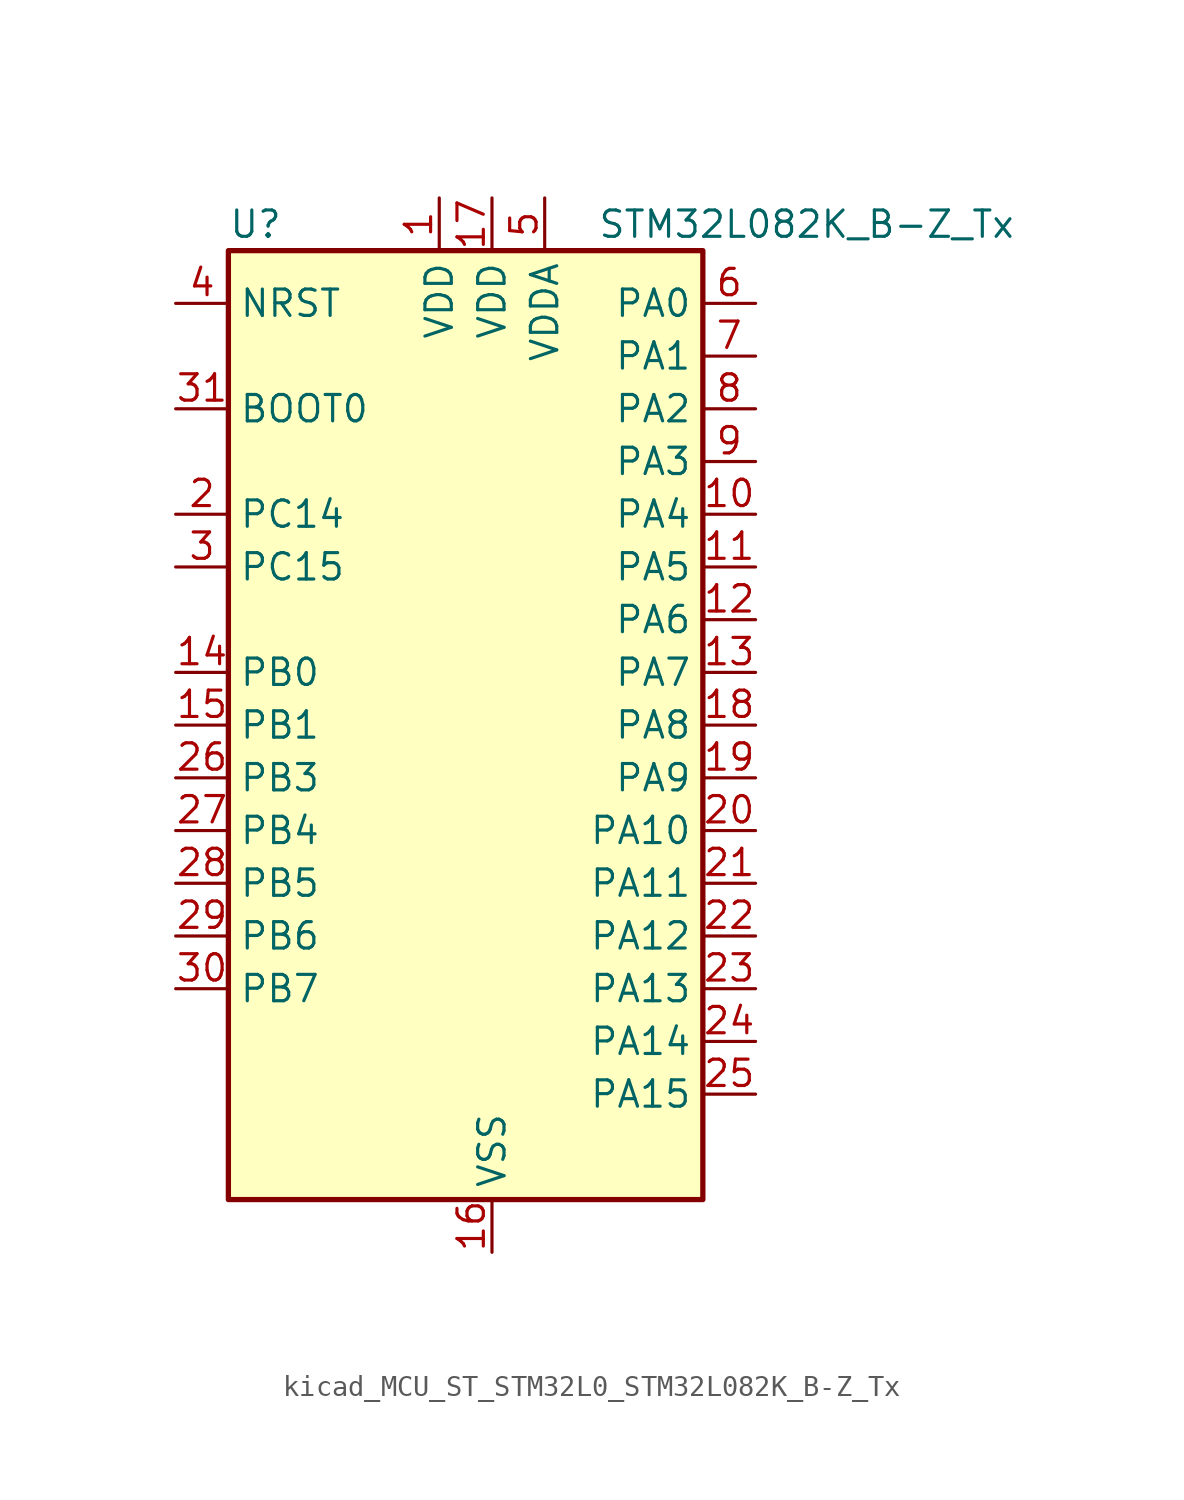
<source format=kicad_sym>
(kicad_symbol_lib
  (version 20220914)
  (generator kicad_symbol_editor)
  (symbol "kicad_MCU_ST_STM32L0_STM32L082K_B-Z_Tx"
    (property "Reference" "U"
      (at -10.16 24.13 0)
      (effects (font (size 1.27 1.27)) (justify left)))
    (property "Value" "STM32L082K_B-Z_Tx"
      (at 7.62 24.13 0)
      (effects (font (size 1.27 1.27)) (justify left)))
    (property "ki_locked" ""
      (at 0 0 0)
      (effects (font (size 1.27 1.27))))
    (symbol "kicad_MCU_ST_STM32L0_STM32L082K_B-Z_Tx_0_1"
      (rectangle (start -10.16 -22.86) (end 12.7 22.86) (stroke (width 0.254) (type default)) (fill (type background))))
    (symbol "kicad_MCU_ST_STM32L0_STM32L082K_B-Z_Tx_1_1"
      (pin power_in line (at 0 25.4 270) (length 2.54) (name "VDD" (effects (font (size 1.27 1.27)))) (number "1" (effects (font (size 1.27 1.27)))))
      (pin bidirectional line (at 15.24 10.16 180) (length 2.54) (name "PA4" (effects (font (size 1.27 1.27)))) (number "10" (effects (font (size 1.27 1.27)))) (alternate "ADC_IN4" bidirectional line) (alternate "COMP1_INM" bidirectional line) (alternate "COMP2_INM" bidirectional line) (alternate "DAC_OUT1" bidirectional line) (alternate "SPI1_NSS" bidirectional line) (alternate "TIM22_ETR" bidirectional line) (alternate "TSC_G2_IO1" bidirectional line) (alternate "USART2_CK" bidirectional line))
      (pin bidirectional line (at 15.24 7.62 180) (length 2.54) (name "PA5" (effects (font (size 1.27 1.27)))) (number "11" (effects (font (size 1.27 1.27)))) (alternate "ADC_IN5" bidirectional line) (alternate "COMP1_INM" bidirectional line) (alternate "COMP2_INM" bidirectional line) (alternate "DAC_OUT2" bidirectional line) (alternate "SPI1_SCK" bidirectional line) (alternate "TIM2_CH1" bidirectional line) (alternate "TIM2_ETR" bidirectional line) (alternate "TSC_G2_IO2" bidirectional line))
      (pin bidirectional line (at 15.24 5.08 180) (length 2.54) (name "PA6" (effects (font (size 1.27 1.27)))) (number "12" (effects (font (size 1.27 1.27)))) (alternate "ADC_IN6" bidirectional line) (alternate "COMP1_OUT" bidirectional line) (alternate "LPUART1_CTS" bidirectional line) (alternate "SPI1_MISO" bidirectional line) (alternate "TIM22_CH1" bidirectional line) (alternate "TIM3_CH1" bidirectional line) (alternate "TSC_G2_IO3" bidirectional line))
      (pin bidirectional line (at 15.24 2.54 180) (length 2.54) (name "PA7" (effects (font (size 1.27 1.27)))) (number "13" (effects (font (size 1.27 1.27)))) (alternate "ADC_IN7" bidirectional line) (alternate "COMP2_OUT" bidirectional line) (alternate "SPI1_MOSI" bidirectional line) (alternate "TIM22_CH2" bidirectional line) (alternate "TIM3_CH2" bidirectional line) (alternate "TSC_G2_IO4" bidirectional line))
      (pin bidirectional line (at -12.7 2.54 0) (length 2.54) (name "PB0" (effects (font (size 1.27 1.27)))) (number "14" (effects (font (size 1.27 1.27)))) (alternate "ADC_IN8" bidirectional line) (alternate "SYS_VREF_OUT_PB0" bidirectional line) (alternate "TIM3_CH3" bidirectional line) (alternate "TSC_G3_IO2" bidirectional line))
      (pin bidirectional line (at -12.7 0 0) (length 2.54) (name "PB1" (effects (font (size 1.27 1.27)))) (number "15" (effects (font (size 1.27 1.27)))) (alternate "ADC_IN9" bidirectional line) (alternate "LPUART1_DE" bidirectional line) (alternate "LPUART1_RTS" bidirectional line) (alternate "SYS_VREF_OUT_PB1" bidirectional line) (alternate "TIM3_CH4" bidirectional line) (alternate "TSC_G3_IO3" bidirectional line))
      (pin power_in line (at 2.54 -25.4 90) (length 2.54) (name "VSS" (effects (font (size 1.27 1.27)))) (number "16" (effects (font (size 1.27 1.27)))))
      (pin power_in line (at 2.54 25.4 270) (length 2.54) (name "VDD" (effects (font (size 1.27 1.27)))) (number "17" (effects (font (size 1.27 1.27)))))
      (pin bidirectional line (at 15.24 0 180) (length 2.54) (name "PA8" (effects (font (size 1.27 1.27)))) (number "18" (effects (font (size 1.27 1.27)))) (alternate "CRS_SYNC" bidirectional line) (alternate "I2C3_SCL" bidirectional line) (alternate "RCC_MCO" bidirectional line) (alternate "USART1_CK" bidirectional line))
      (pin bidirectional line (at 15.24 -2.54 180) (length 2.54) (name "PA9" (effects (font (size 1.27 1.27)))) (number "19" (effects (font (size 1.27 1.27)))) (alternate "DAC_EXTI9" bidirectional line) (alternate "I2C1_SCL" bidirectional line) (alternate "I2C3_SMBA" bidirectional line) (alternate "RCC_MCO" bidirectional line) (alternate "TSC_G4_IO1" bidirectional line) (alternate "USART1_TX" bidirectional line))
      (pin bidirectional line (at -12.7 10.16 0) (length 2.54) (name "PC14" (effects (font (size 1.27 1.27)))) (number "2" (effects (font (size 1.27 1.27)))) (alternate "RCC_OSC32_IN" bidirectional line))
      (pin bidirectional line (at 15.24 -5.08 180) (length 2.54) (name "PA10" (effects (font (size 1.27 1.27)))) (number "20" (effects (font (size 1.27 1.27)))) (alternate "I2C1_SDA" bidirectional line) (alternate "TSC_G4_IO2" bidirectional line) (alternate "USART1_RX" bidirectional line))
      (pin bidirectional line (at 15.24 -7.62 180) (length 2.54) (name "PA11" (effects (font (size 1.27 1.27)))) (number "21" (effects (font (size 1.27 1.27)))) (alternate "ADC_EXTI11" bidirectional line) (alternate "COMP1_OUT" bidirectional line) (alternate "SPI1_MISO" bidirectional line) (alternate "TSC_G4_IO3" bidirectional line) (alternate "USART1_CTS" bidirectional line) (alternate "USB_DM" bidirectional line))
      (pin bidirectional line (at 15.24 -10.16 180) (length 2.54) (name "PA12" (effects (font (size 1.27 1.27)))) (number "22" (effects (font (size 1.27 1.27)))) (alternate "COMP2_OUT" bidirectional line) (alternate "SPI1_MOSI" bidirectional line) (alternate "TSC_G4_IO4" bidirectional line) (alternate "USART1_DE" bidirectional line) (alternate "USART1_RTS" bidirectional line) (alternate "USB_DP" bidirectional line))
      (pin bidirectional line (at 15.24 -12.7 180) (length 2.54) (name "PA13" (effects (font (size 1.27 1.27)))) (number "23" (effects (font (size 1.27 1.27)))) (alternate "LPUART1_RX" bidirectional line) (alternate "SYS_SWDIO" bidirectional line) (alternate "USB_NOE" bidirectional line))
      (pin bidirectional line (at 15.24 -15.24 180) (length 2.54) (name "PA14" (effects (font (size 1.27 1.27)))) (number "24" (effects (font (size 1.27 1.27)))) (alternate "LPUART1_TX" bidirectional line) (alternate "SYS_SWCLK" bidirectional line) (alternate "USART2_TX" bidirectional line))
      (pin bidirectional line (at 15.24 -17.78 180) (length 2.54) (name "PA15" (effects (font (size 1.27 1.27)))) (number "25" (effects (font (size 1.27 1.27)))) (alternate "SPI1_NSS" bidirectional line) (alternate "TIM2_CH1" bidirectional line) (alternate "TIM2_ETR" bidirectional line) (alternate "USART2_RX" bidirectional line) (alternate "USART4_DE" bidirectional line) (alternate "USART4_RTS" bidirectional line))
      (pin bidirectional line (at -12.7 -2.54 0) (length 2.54) (name "PB3" (effects (font (size 1.27 1.27)))) (number "26" (effects (font (size 1.27 1.27)))) (alternate "COMP2_INM" bidirectional line) (alternate "SPI1_SCK" bidirectional line) (alternate "TIM2_CH2" bidirectional line) (alternate "TSC_G5_IO1" bidirectional line) (alternate "USART1_DE" bidirectional line) (alternate "USART1_RTS" bidirectional line) (alternate "USART5_TX" bidirectional line))
      (pin bidirectional line (at -12.7 -5.08 0) (length 2.54) (name "PB4" (effects (font (size 1.27 1.27)))) (number "27" (effects (font (size 1.27 1.27)))) (alternate "COMP2_INP" bidirectional line) (alternate "I2C3_SDA" bidirectional line) (alternate "SPI1_MISO" bidirectional line) (alternate "TIM22_CH1" bidirectional line) (alternate "TIM3_CH1" bidirectional line) (alternate "TSC_G5_IO2" bidirectional line) (alternate "USART1_CTS" bidirectional line) (alternate "USART5_RX" bidirectional line))
      (pin bidirectional line (at -12.7 -7.62 0) (length 2.54) (name "PB5" (effects (font (size 1.27 1.27)))) (number "28" (effects (font (size 1.27 1.27)))) (alternate "COMP2_INP" bidirectional line) (alternate "I2C1_SMBA" bidirectional line) (alternate "LPTIM1_IN1" bidirectional line) (alternate "SPI1_MOSI" bidirectional line) (alternate "TIM22_CH2" bidirectional line) (alternate "TIM3_CH2" bidirectional line) (alternate "USART1_CK" bidirectional line) (alternate "USART5_CK" bidirectional line) (alternate "USART5_DE" bidirectional line) (alternate "USART5_RTS" bidirectional line))
      (pin bidirectional line (at -12.7 -10.16 0) (length 2.54) (name "PB6" (effects (font (size 1.27 1.27)))) (number "29" (effects (font (size 1.27 1.27)))) (alternate "COMP2_INP" bidirectional line) (alternate "I2C1_SCL" bidirectional line) (alternate "LPTIM1_ETR" bidirectional line) (alternate "TSC_G5_IO3" bidirectional line) (alternate "USART1_TX" bidirectional line))
      (pin bidirectional line (at -12.7 7.62 0) (length 2.54) (name "PC15" (effects (font (size 1.27 1.27)))) (number "3" (effects (font (size 1.27 1.27)))) (alternate "RCC_OSC32_OUT" bidirectional line))
      (pin bidirectional line (at -12.7 -12.7 0) (length 2.54) (name "PB7" (effects (font (size 1.27 1.27)))) (number "30" (effects (font (size 1.27 1.27)))) (alternate "COMP2_INP" bidirectional line) (alternate "I2C1_SDA" bidirectional line) (alternate "LPTIM1_IN2" bidirectional line) (alternate "SYS_PVD_IN" bidirectional line) (alternate "TSC_G5_IO4" bidirectional line) (alternate "USART1_RX" bidirectional line) (alternate "USART4_CTS" bidirectional line))
      (pin input line (at -12.7 15.24 0) (length 2.54) (name "BOOT0" (effects (font (size 1.27 1.27)))) (number "31" (effects (font (size 1.27 1.27)))))
      (pin passive line (at 2.54 -25.4 90) (length 2.54) hide (name "VSS" (effects (font (size 1.27 1.27)))) (number "32" (effects (font (size 1.27 1.27)))))
      (pin input line (at -12.7 20.32 0) (length 2.54) (name "NRST" (effects (font (size 1.27 1.27)))) (number "4" (effects (font (size 1.27 1.27)))))
      (pin power_in line (at 5.08 25.4 270) (length 2.54) (name "VDDA" (effects (font (size 1.27 1.27)))) (number "5" (effects (font (size 1.27 1.27)))))
      (pin bidirectional line (at 15.24 20.32 180) (length 2.54) (name "PA0" (effects (font (size 1.27 1.27)))) (number "6" (effects (font (size 1.27 1.27)))) (alternate "ADC_IN0" bidirectional line) (alternate "COMP1_INM" bidirectional line) (alternate "COMP1_OUT" bidirectional line) (alternate "RTC_TAMP2" bidirectional line) (alternate "SYS_WKUP1" bidirectional line) (alternate "TIM2_CH1" bidirectional line) (alternate "TIM2_ETR" bidirectional line) (alternate "TSC_G1_IO1" bidirectional line) (alternate "USART2_CTS" bidirectional line) (alternate "USART4_TX" bidirectional line))
      (pin bidirectional line (at 15.24 17.78 180) (length 2.54) (name "PA1" (effects (font (size 1.27 1.27)))) (number "7" (effects (font (size 1.27 1.27)))) (alternate "ADC_IN1" bidirectional line) (alternate "COMP1_INP" bidirectional line) (alternate "TIM21_ETR" bidirectional line) (alternate "TIM2_CH2" bidirectional line) (alternate "TSC_G1_IO2" bidirectional line) (alternate "USART2_DE" bidirectional line) (alternate "USART2_RTS" bidirectional line) (alternate "USART4_RX" bidirectional line))
      (pin bidirectional line (at 15.24 15.24 180) (length 2.54) (name "PA2" (effects (font (size 1.27 1.27)))) (number "8" (effects (font (size 1.27 1.27)))) (alternate "ADC_IN2" bidirectional line) (alternate "COMP2_INM" bidirectional line) (alternate "COMP2_OUT" bidirectional line) (alternate "LPUART1_TX" bidirectional line) (alternate "TIM21_CH1" bidirectional line) (alternate "TIM2_CH3" bidirectional line) (alternate "TSC_G1_IO3" bidirectional line) (alternate "USART2_TX" bidirectional line))
      (pin bidirectional line (at 15.24 12.7 180) (length 2.54) (name "PA3" (effects (font (size 1.27 1.27)))) (number "9" (effects (font (size 1.27 1.27)))) (alternate "ADC_IN3" bidirectional line) (alternate "COMP2_INP" bidirectional line) (alternate "LPUART1_RX" bidirectional line) (alternate "TIM21_CH2" bidirectional line) (alternate "TIM2_CH4" bidirectional line) (alternate "TSC_G1_IO4" bidirectional line) (alternate "USART2_RX" bidirectional line)))))
</source>
